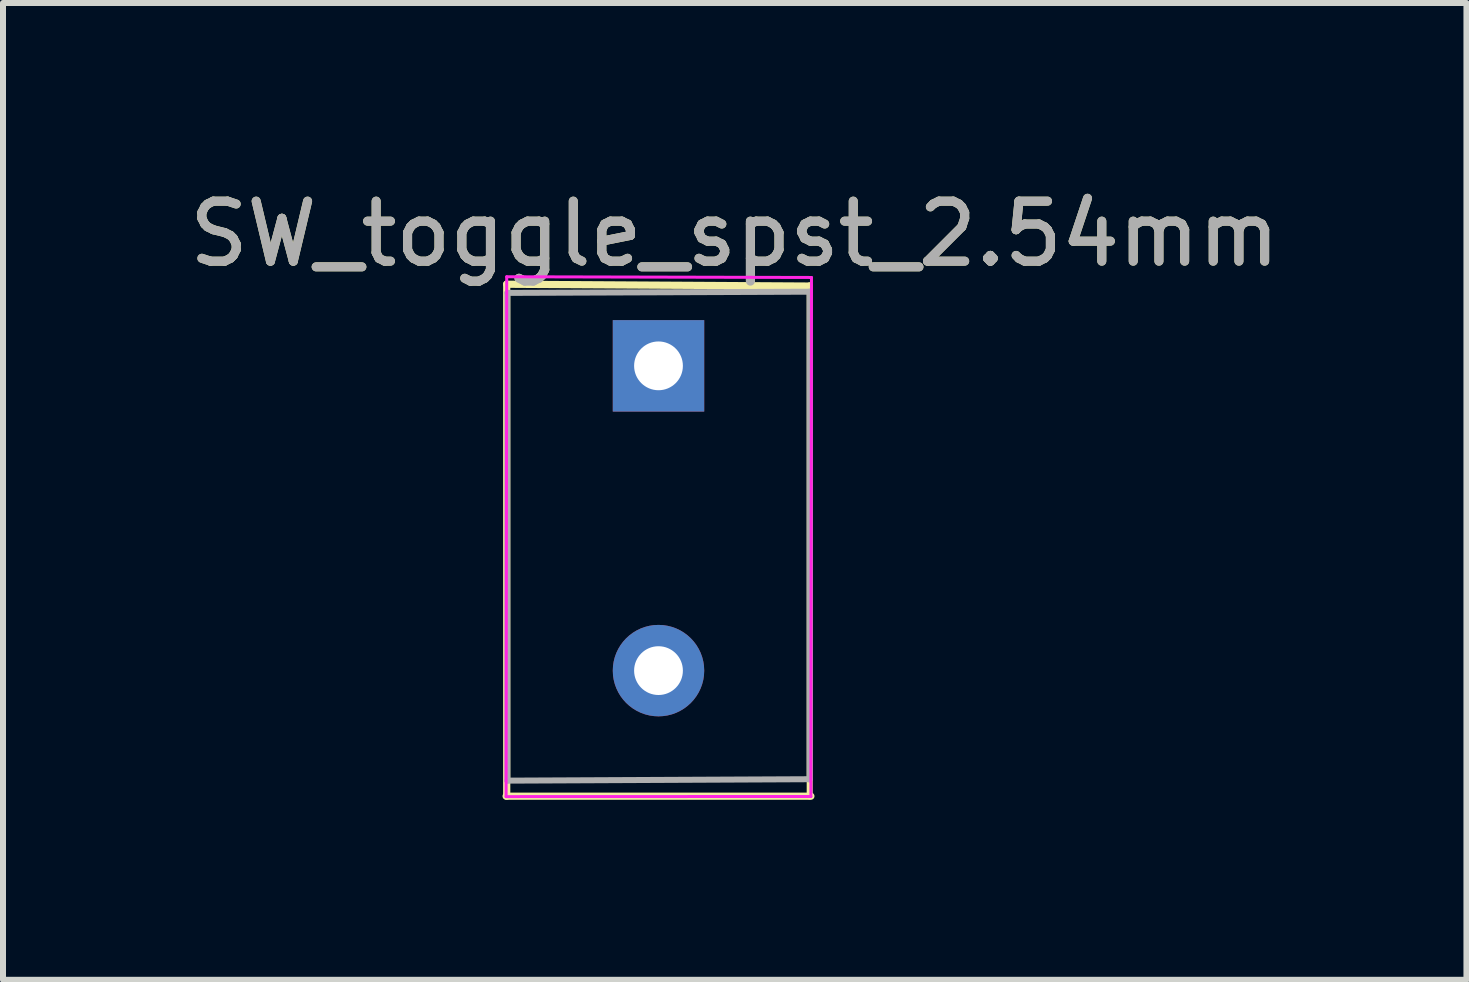
<source format=kicad_pcb>
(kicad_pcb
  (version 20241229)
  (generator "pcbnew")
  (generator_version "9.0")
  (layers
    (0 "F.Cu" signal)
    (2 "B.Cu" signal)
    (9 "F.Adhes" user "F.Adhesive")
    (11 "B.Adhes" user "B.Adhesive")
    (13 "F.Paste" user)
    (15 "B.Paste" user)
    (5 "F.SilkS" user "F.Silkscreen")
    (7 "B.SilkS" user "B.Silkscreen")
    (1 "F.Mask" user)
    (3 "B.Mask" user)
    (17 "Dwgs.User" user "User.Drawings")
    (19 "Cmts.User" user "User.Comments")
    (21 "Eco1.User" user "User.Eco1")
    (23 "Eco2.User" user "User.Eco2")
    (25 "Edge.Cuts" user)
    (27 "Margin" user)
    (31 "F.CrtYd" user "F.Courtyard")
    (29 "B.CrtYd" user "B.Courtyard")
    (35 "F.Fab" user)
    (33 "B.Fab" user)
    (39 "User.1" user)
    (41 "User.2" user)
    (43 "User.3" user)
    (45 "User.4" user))
  (footprint "SW_toggle_spst_2.54mm"
    (layer "F.Cu")
    (at 7.926 3.048)
    (property "Reference" "SW_toggle_spst_2.54mm" (at 1.27 -2.2 0) (layer "F.SilkS") (effects (font (size 1 1) (thickness 0.15))))
    (attr through_hole)
    (fp_line (start -2.54 7.173) (end 2.54 7.173) (stroke (width 0.12) (type solid)) (layer "F.SilkS"))
    (fp_line (start -2.53 -1.36) (end 2.51 -1.33) (stroke (width 0.12) (type solid)) (layer "F.SilkS"))
    (fp_line (start -2.53 7.173) (end -2.53 -1.363) (stroke (width 0.12) (type solid)) (layer "F.SilkS"))
    (fp_line (start 2.52 -1.343) (end 2.52 7.178) (stroke (width 0.1) (type solid)) (layer "F.SilkS"))
    (fp_line (start -2.54 7.18) (end -2.53 -1.485) (stroke (width 0.05) (type solid)) (layer "F.CrtYd"))
    (fp_line (start -2.54 7.18) (end 2.54 7.178) (stroke (width 0.05) (type solid)) (layer "F.CrtYd"))
    (fp_line (start 2.55 -1.473) (end -2.53 -1.485) (stroke (width 0.05) (type solid)) (layer "F.CrtYd"))
    (fp_line (start 2.55 -1.473) (end 2.54 7.178) (stroke (width 0.05) (type solid)) (layer "F.CrtYd"))
    (fp_line (start -2.52 -1.216) (end 2.52 -1.236) (stroke (width 0.1) (type solid)) (layer "F.Fab"))
    (fp_line (start -2.52 6.914) (end -2.52 -1.216) (stroke (width 0.1) (type solid)) (layer "F.Fab"))
    (fp_line (start -2.52 6.914) (end 2.52 6.89) (stroke (width 0.1) (type solid)) (layer "F.Fab"))
    (fp_line (start 2.52 6.894) (end 2.52 -1.236) (stroke (width 0.1) (type solid)) (layer "F.Fab"))
    (fp_text user "${REFERENCE}" (at 1.27 -2.2 0) (layer "F.Fab") (effects (font (size 1 1) (thickness 0.15))))
    (pad "1" thru_hole rect (at 0 0) (size 1.524 1.524) (drill 0.813) (layers "*.Cu" "*.Mask"))
    (pad "3" thru_hole circle (at 0 5.08) (size 1.524 1.524) (drill 0.813) (layers "*.Cu" "*.Mask")))
  (gr_rect
    (start -3 -3)
    (end 21.393 13.281)
    (stroke (width 0.1) (type default))
    (fill no)
    (layer "Edge.Cuts")))
</source>
